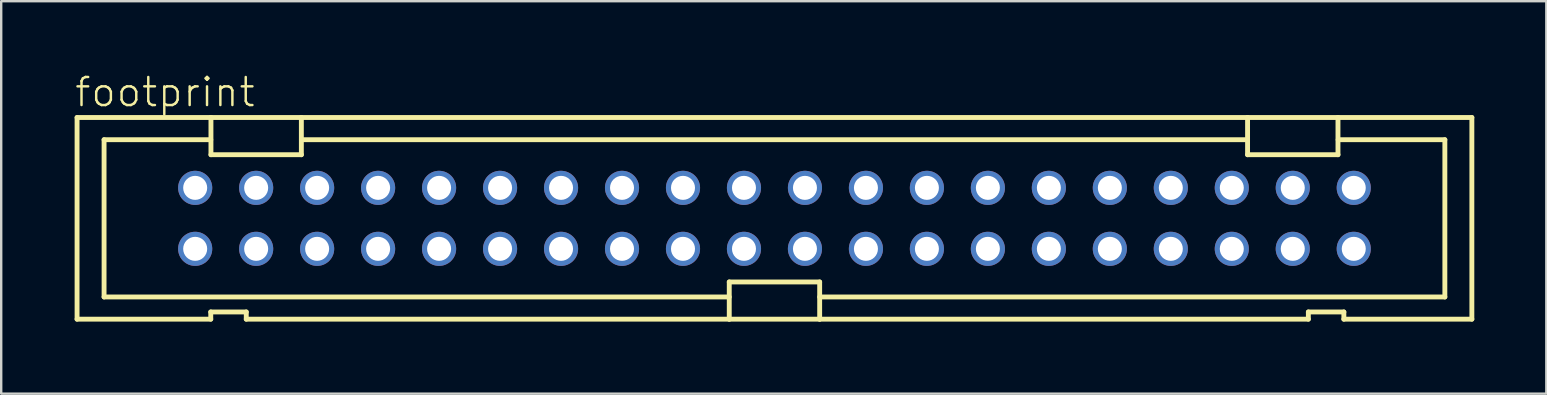
<source format=kicad_pcb>
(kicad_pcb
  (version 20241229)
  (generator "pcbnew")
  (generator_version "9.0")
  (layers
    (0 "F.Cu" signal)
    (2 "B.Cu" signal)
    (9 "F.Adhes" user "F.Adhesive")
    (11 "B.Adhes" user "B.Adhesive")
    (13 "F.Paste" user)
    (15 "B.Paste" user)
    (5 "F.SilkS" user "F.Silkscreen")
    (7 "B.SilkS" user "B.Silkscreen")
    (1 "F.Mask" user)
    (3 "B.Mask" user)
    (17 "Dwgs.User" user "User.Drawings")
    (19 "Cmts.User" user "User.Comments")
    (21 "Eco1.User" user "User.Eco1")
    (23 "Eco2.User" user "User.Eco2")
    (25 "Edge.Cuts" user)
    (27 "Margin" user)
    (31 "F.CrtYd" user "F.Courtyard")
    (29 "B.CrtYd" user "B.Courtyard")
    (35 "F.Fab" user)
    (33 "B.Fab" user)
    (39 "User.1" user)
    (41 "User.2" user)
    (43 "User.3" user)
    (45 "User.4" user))
  (footprint "footprint"
    (layer "F.Cu")
    (at 29.21 6.045)
    (property "Reference" "footprint" (at -29.21 -4.572 0) (layer "F.SilkS") (effects (font (size 1.168 1.168) (thickness 0.102)) (justify left bottom)))
    (fp_line (start -29.05 -4.2) (end -23.473 -4.2) (stroke (width 0.203) (type solid)) (layer "F.SilkS"))
    (fp_line (start -29.05 4.2) (end -29.05 -4.2) (stroke (width 0.203) (type solid)) (layer "F.SilkS"))
    (fp_line (start -27.925 -3.275) (end -23.48 -3.275) (stroke (width 0.203) (type solid)) (layer "F.SilkS"))
    (fp_line (start -27.925 3.275) (end -27.925 -3.275) (stroke (width 0.203) (type solid)) (layer "F.SilkS"))
    (fp_line (start -23.481 3.9) (end -23.481 4.2) (stroke (width 0.203) (type solid)) (layer "F.SilkS"))
    (fp_line (start -23.481 4.2) (end -29.05 4.2) (stroke (width 0.203) (type solid)) (layer "F.SilkS"))
    (fp_line (start -23.473 -4.2) (end -23.473 -2.65) (stroke (width 0.203) (type solid)) (layer "F.SilkS"))
    (fp_line (start -23.473 -4.2) (end -19.707 -4.2) (stroke (width 0.203) (type solid)) (layer "F.SilkS"))
    (fp_line (start -23.473 -2.65) (end -19.707 -2.65) (stroke (width 0.203) (type solid)) (layer "F.SilkS"))
    (fp_line (start -22.002 3.9) (end -23.481 3.9) (stroke (width 0.203) (type solid)) (layer "F.SilkS"))
    (fp_line (start -22.002 4.2) (end -22.002 3.9) (stroke (width 0.203) (type solid)) (layer "F.SilkS"))
    (fp_line (start -19.707 -4.2) (end 19.707 -4.2) (stroke (width 0.203) (type solid)) (layer "F.SilkS"))
    (fp_line (start -19.707 -2.65) (end -19.707 -4.2) (stroke (width 0.203) (type solid)) (layer "F.SilkS"))
    (fp_line (start -19.705 -3.275) (end 19.705 -3.275) (stroke (width 0.203) (type solid)) (layer "F.SilkS"))
    (fp_line (start -1.883 2.65) (end -1.883 4.2) (stroke (width 0.203) (type solid)) (layer "F.SilkS"))
    (fp_line (start -1.883 3.275) (end -27.925 3.275) (stroke (width 0.203) (type solid)) (layer "F.SilkS"))
    (fp_line (start -1.883 4.2) (end -22.002 4.2) (stroke (width 0.203) (type solid)) (layer "F.SilkS"))
    (fp_line (start 1.883 2.65) (end -1.883 2.65) (stroke (width 0.203) (type solid)) (layer "F.SilkS"))
    (fp_line (start 1.883 4.2) (end -1.883 4.2) (stroke (width 0.203) (type solid)) (layer "F.SilkS"))
    (fp_line (start 1.883 4.2) (end 1.883 2.65) (stroke (width 0.203) (type solid)) (layer "F.SilkS"))
    (fp_line (start 19.707 -4.2) (end 19.707 -2.65) (stroke (width 0.203) (type solid)) (layer "F.SilkS"))
    (fp_line (start 19.707 -4.2) (end 23.473 -4.2) (stroke (width 0.203) (type solid)) (layer "F.SilkS"))
    (fp_line (start 19.707 -2.65) (end 23.473 -2.65) (stroke (width 0.203) (type solid)) (layer "F.SilkS"))
    (fp_line (start 22.239 3.9) (end 22.239 4.2) (stroke (width 0.203) (type solid)) (layer "F.SilkS"))
    (fp_line (start 22.239 4.2) (end 1.883 4.2) (stroke (width 0.203) (type solid)) (layer "F.SilkS"))
    (fp_line (start 23.473 -4.2) (end 29.05 -4.2) (stroke (width 0.203) (type solid)) (layer "F.SilkS"))
    (fp_line (start 23.473 -2.65) (end 23.473 -4.2) (stroke (width 0.203) (type solid)) (layer "F.SilkS"))
    (fp_line (start 23.48 -3.275) (end 27.925 -3.275) (stroke (width 0.203) (type solid)) (layer "F.SilkS"))
    (fp_line (start 23.718 3.9) (end 22.239 3.9) (stroke (width 0.203) (type solid)) (layer "F.SilkS"))
    (fp_line (start 23.718 4.2) (end 23.718 3.9) (stroke (width 0.203) (type solid)) (layer "F.SilkS"))
    (fp_line (start 27.925 -3.275) (end 27.925 3.275) (stroke (width 0.203) (type solid)) (layer "F.SilkS"))
    (fp_line (start 27.925 3.275) (end 1.883 3.275) (stroke (width 0.203) (type solid)) (layer "F.SilkS"))
    (fp_line (start 29.05 -4.2) (end 29.05 4.2) (stroke (width 0.203) (type solid)) (layer "F.SilkS"))
    (fp_line (start 29.05 4.2) (end 23.718 4.2) (stroke (width 0.203) (type solid)) (layer "F.SilkS"))
    (pad "1" thru_hole circle (at -24.13 1.27) (size 1.422 1.422) (drill 1) (layers "*.Cu" "*.Mask"))
    (pad "2" thru_hole circle (at -24.13 -1.27) (size 1.422 1.422) (drill 1) (layers "*.Cu" "*.Mask"))
    (pad "3" thru_hole circle (at -21.59 1.27) (size 1.422 1.422) (drill 1) (layers "*.Cu" "*.Mask"))
    (pad "4" thru_hole circle (at -21.59 -1.27) (size 1.422 1.422) (drill 1) (layers "*.Cu" "*.Mask"))
    (pad "5" thru_hole circle (at -19.05 1.27) (size 1.422 1.422) (drill 1) (layers "*.Cu" "*.Mask"))
    (pad "6" thru_hole circle (at -19.05 -1.27) (size 1.422 1.422) (drill 1) (layers "*.Cu" "*.Mask"))
    (pad "7" thru_hole circle (at -16.51 1.27) (size 1.422 1.422) (drill 1) (layers "*.Cu" "*.Mask"))
    (pad "8" thru_hole circle (at -16.51 -1.27) (size 1.422 1.422) (drill 1) (layers "*.Cu" "*.Mask"))
    (pad "9" thru_hole circle (at -13.97 1.27) (size 1.422 1.422) (drill 1) (layers "*.Cu" "*.Mask"))
    (pad "10" thru_hole circle (at -13.97 -1.27) (size 1.422 1.422) (drill 1) (layers "*.Cu" "*.Mask"))
    (pad "11" thru_hole circle (at -11.43 1.27) (size 1.422 1.422) (drill 1) (layers "*.Cu" "*.Mask"))
    (pad "12" thru_hole circle (at -11.43 -1.27) (size 1.422 1.422) (drill 1) (layers "*.Cu" "*.Mask"))
    (pad "13" thru_hole circle (at -8.89 1.27) (size 1.422 1.422) (drill 1) (layers "*.Cu" "*.Mask"))
    (pad "14" thru_hole circle (at -8.89 -1.27) (size 1.422 1.422) (drill 1) (layers "*.Cu" "*.Mask"))
    (pad "15" thru_hole circle (at -6.35 1.27) (size 1.422 1.422) (drill 1) (layers "*.Cu" "*.Mask"))
    (pad "16" thru_hole circle (at -6.35 -1.27) (size 1.422 1.422) (drill 1) (layers "*.Cu" "*.Mask"))
    (pad "17" thru_hole circle (at -3.81 1.27) (size 1.422 1.422) (drill 1) (layers "*.Cu" "*.Mask"))
    (pad "18" thru_hole circle (at -3.81 -1.27) (size 1.422 1.422) (drill 1) (layers "*.Cu" "*.Mask"))
    (pad "19" thru_hole circle (at -1.27 1.27) (size 1.422 1.422) (drill 1) (layers "*.Cu" "*.Mask"))
    (pad "20" thru_hole circle (at -1.27 -1.27) (size 1.422 1.422) (drill 1) (layers "*.Cu" "*.Mask"))
    (pad "21" thru_hole circle (at 1.27 1.27) (size 1.422 1.422) (drill 1) (layers "*.Cu" "*.Mask"))
    (pad "22" thru_hole circle (at 1.27 -1.27) (size 1.422 1.422) (drill 1) (layers "*.Cu" "*.Mask"))
    (pad "23" thru_hole circle (at 3.81 1.27) (size 1.422 1.422) (drill 1) (layers "*.Cu" "*.Mask"))
    (pad "24" thru_hole circle (at 3.81 -1.27) (size 1.422 1.422) (drill 1) (layers "*.Cu" "*.Mask"))
    (pad "25" thru_hole circle (at 6.35 1.27) (size 1.422 1.422) (drill 1) (layers "*.Cu" "*.Mask"))
    (pad "26" thru_hole circle (at 6.35 -1.27) (size 1.422 1.422) (drill 1) (layers "*.Cu" "*.Mask"))
    (pad "27" thru_hole circle (at 8.89 1.27) (size 1.422 1.422) (drill 1) (layers "*.Cu" "*.Mask"))
    (pad "28" thru_hole circle (at 8.89 -1.27) (size 1.422 1.422) (drill 1) (layers "*.Cu" "*.Mask"))
    (pad "29" thru_hole circle (at 11.43 1.27) (size 1.422 1.422) (drill 1) (layers "*.Cu" "*.Mask"))
    (pad "30" thru_hole circle (at 11.43 -1.27) (size 1.422 1.422) (drill 1) (layers "*.Cu" "*.Mask"))
    (pad "31" thru_hole circle (at 13.97 1.27) (size 1.422 1.422) (drill 1) (layers "*.Cu" "*.Mask"))
    (pad "32" thru_hole circle (at 13.97 -1.27) (size 1.422 1.422) (drill 1) (layers "*.Cu" "*.Mask"))
    (pad "33" thru_hole circle (at 16.51 1.27) (size 1.422 1.422) (drill 1) (layers "*.Cu" "*.Mask"))
    (pad "34" thru_hole circle (at 16.51 -1.27) (size 1.422 1.422) (drill 1) (layers "*.Cu" "*.Mask"))
    (pad "35" thru_hole circle (at 19.05 1.27) (size 1.422 1.422) (drill 1) (layers "*.Cu" "*.Mask"))
    (pad "36" thru_hole circle (at 19.05 -1.27) (size 1.422 1.422) (drill 1) (layers "*.Cu" "*.Mask"))
    (pad "37" thru_hole circle (at 21.59 1.27) (size 1.422 1.422) (drill 1) (layers "*.Cu" "*.Mask"))
    (pad "38" thru_hole circle (at 21.59 -1.27) (size 1.422 1.422) (drill 1) (layers "*.Cu" "*.Mask"))
    (pad "39" thru_hole circle (at 24.13 1.27) (size 1.422 1.422) (drill 1) (layers "*.Cu" "*.Mask"))
    (pad "40" thru_hole circle (at 24.13 -1.27) (size 1.422 1.422) (drill 1) (layers "*.Cu" "*.Mask")))
  (gr_rect
    (start -3 -3)
    (end 61.362 13.347)
    (stroke (width 0.1) (type default))
    (fill no)
    (layer "Edge.Cuts")))
</source>
